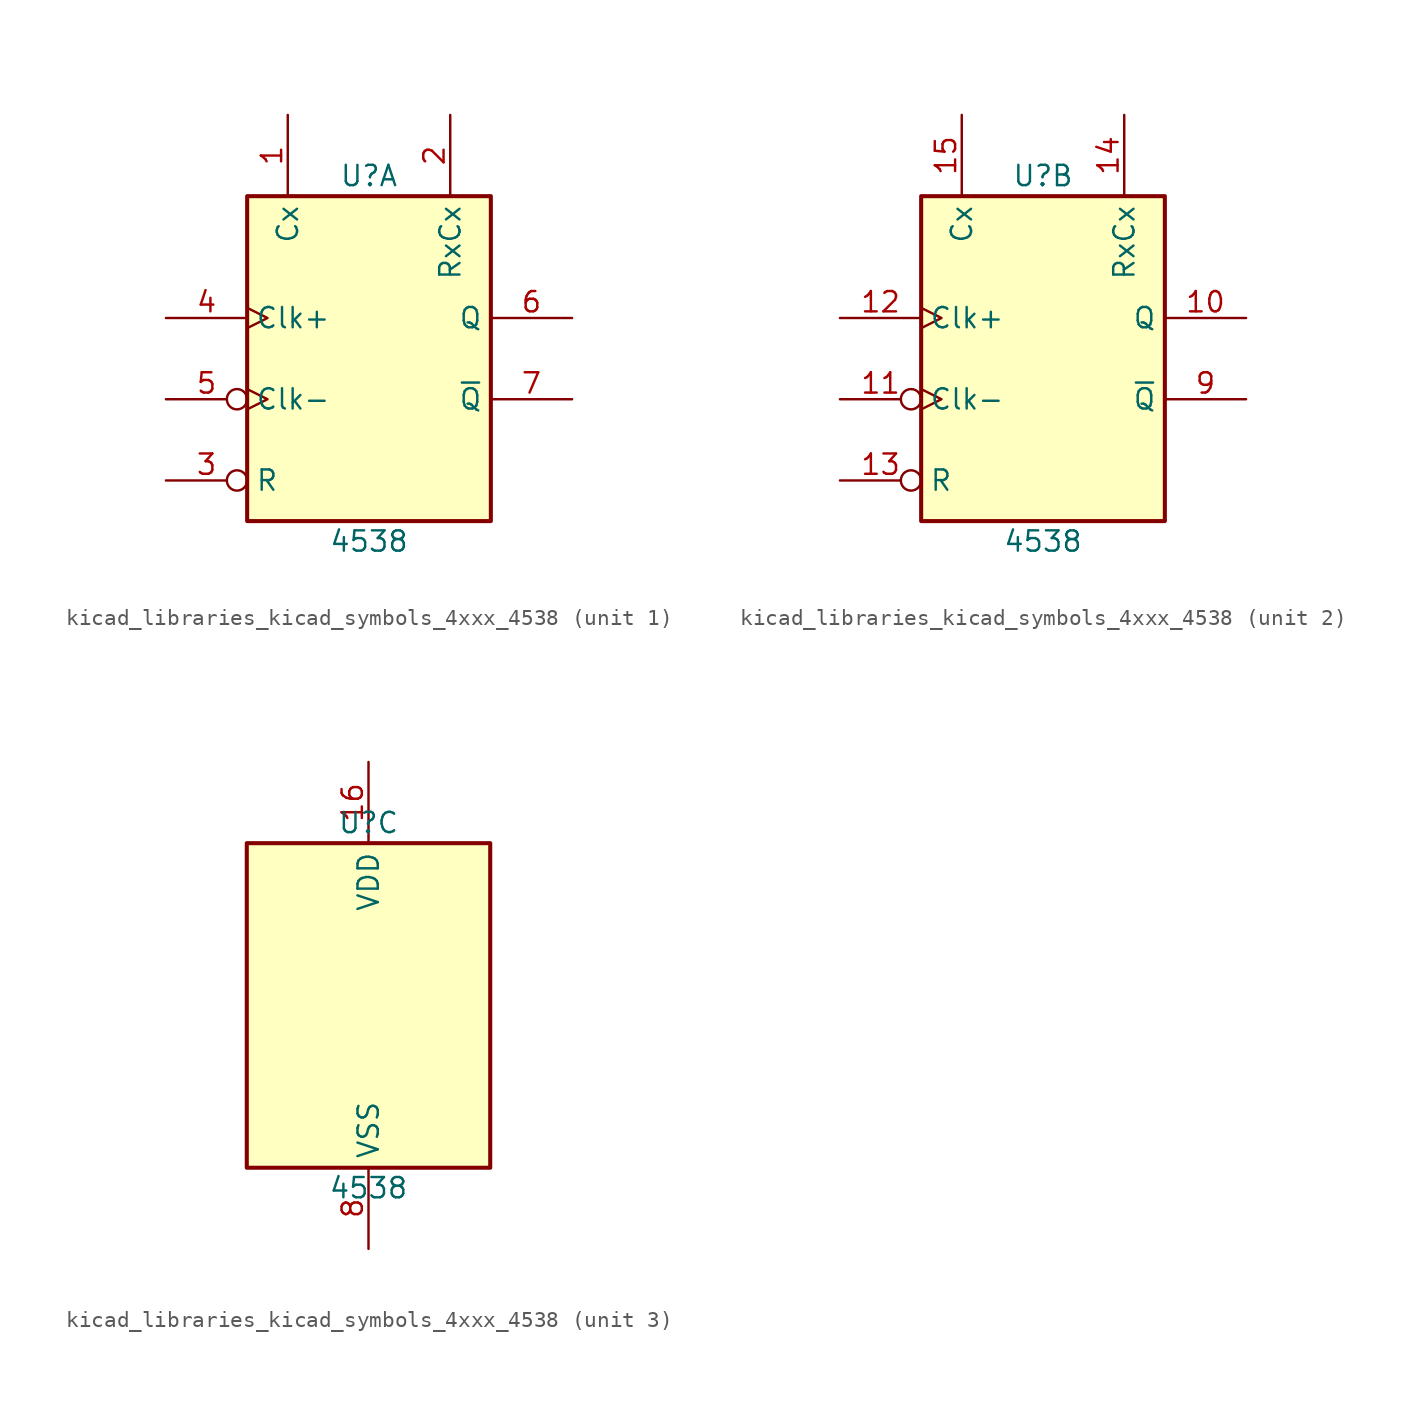
<source format=kicad_sym>
(kicad_symbol_lib
  (version 20220914)
  (generator kicad_symbol_editor)
  (symbol "kicad_libraries_kicad_symbols_4xxx_4538"
    (property "Reference" "U"
      (at 0 11.43 0)
      (effects (font (size 1.27 1.27))))
    (property "Value" "4538"
      (at 0 -11.43 0)
      (effects (font (size 1.27 1.27))))
    (property "ki_locked" ""
      (at 0 0 0)
      (effects (font (size 1.27 1.27))))
    (symbol "kicad_libraries_kicad_symbols_4xxx_4538_1_0"
      (pin input line (at -5.08 15.24 270) (length 5.08) (name "Cx" (effects (font (size 1.27 1.27)))) (number "1" (effects (font (size 1.27 1.27)))))
      (pin input line (at 5.08 15.24 270) (length 5.08) (name "RxCx" (effects (font (size 1.27 1.27)))) (number "2" (effects (font (size 1.27 1.27)))))
      (pin input inverted (at -12.7 -7.62 0) (length 5.08) (name "R" (effects (font (size 1.27 1.27)))) (number "3" (effects (font (size 1.27 1.27)))))
      (pin input clock (at -12.7 2.54 0) (length 5.08) (name "Clk+" (effects (font (size 1.27 1.27)))) (number "4" (effects (font (size 1.27 1.27)))))
      (pin input inverted_clock (at -12.7 -2.54 0) (length 5.08) (name "Clk-" (effects (font (size 1.27 1.27)))) (number "5" (effects (font (size 1.27 1.27)))))
      (pin output line (at 12.7 2.54 180) (length 5.08) (name "Q" (effects (font (size 1.27 1.27)))) (number "6" (effects (font (size 1.27 1.27)))))
      (pin output line (at 12.7 -2.54 180) (length 5.08) (name "~{Q}" (effects (font (size 1.27 1.27)))) (number "7" (effects (font (size 1.27 1.27))))))
    (symbol "kicad_libraries_kicad_symbols_4xxx_4538_1_1"
      (rectangle (start -7.62 10.16) (end 7.62 -10.16) (stroke (width 0.254) (type default)) (fill (type background))))
    (symbol "kicad_libraries_kicad_symbols_4xxx_4538_2_0"
      (pin output line (at 12.7 2.54 180) (length 5.08) (name "Q" (effects (font (size 1.27 1.27)))) (number "10" (effects (font (size 1.27 1.27)))))
      (pin input inverted_clock (at -12.7 -2.54 0) (length 5.08) (name "Clk-" (effects (font (size 1.27 1.27)))) (number "11" (effects (font (size 1.27 1.27)))))
      (pin input clock (at -12.7 2.54 0) (length 5.08) (name "Clk+" (effects (font (size 1.27 1.27)))) (number "12" (effects (font (size 1.27 1.27)))))
      (pin input inverted (at -12.7 -7.62 0) (length 5.08) (name "R" (effects (font (size 1.27 1.27)))) (number "13" (effects (font (size 1.27 1.27)))))
      (pin input line (at 5.08 15.24 270) (length 5.08) (name "RxCx" (effects (font (size 1.27 1.27)))) (number "14" (effects (font (size 1.27 1.27)))))
      (pin input line (at -5.08 15.24 270) (length 5.08) (name "Cx" (effects (font (size 1.27 1.27)))) (number "15" (effects (font (size 1.27 1.27)))))
      (pin output line (at 12.7 -2.54 180) (length 5.08) (name "~{Q}" (effects (font (size 1.27 1.27)))) (number "9" (effects (font (size 1.27 1.27))))))
    (symbol "kicad_libraries_kicad_symbols_4xxx_4538_2_1"
      (rectangle (start -7.62 10.16) (end 7.62 -10.16) (stroke (width 0.254) (type default)) (fill (type background))))
    (symbol "kicad_libraries_kicad_symbols_4xxx_4538_3_0"
      (pin power_in line (at 0 15.24 270) (length 5.08) (name "VDD" (effects (font (size 1.27 1.27)))) (number "16" (effects (font (size 1.27 1.27)))))
      (pin power_in line (at 0 -15.24 90) (length 5.08) (name "VSS" (effects (font (size 1.27 1.27)))) (number "8" (effects (font (size 1.27 1.27))))))
    (symbol "kicad_libraries_kicad_symbols_4xxx_4538_3_1"
      (rectangle (start -7.62 10.16) (end 7.62 -10.16) (stroke (width 0.254) (type default)) (fill (type background))))))
</source>
